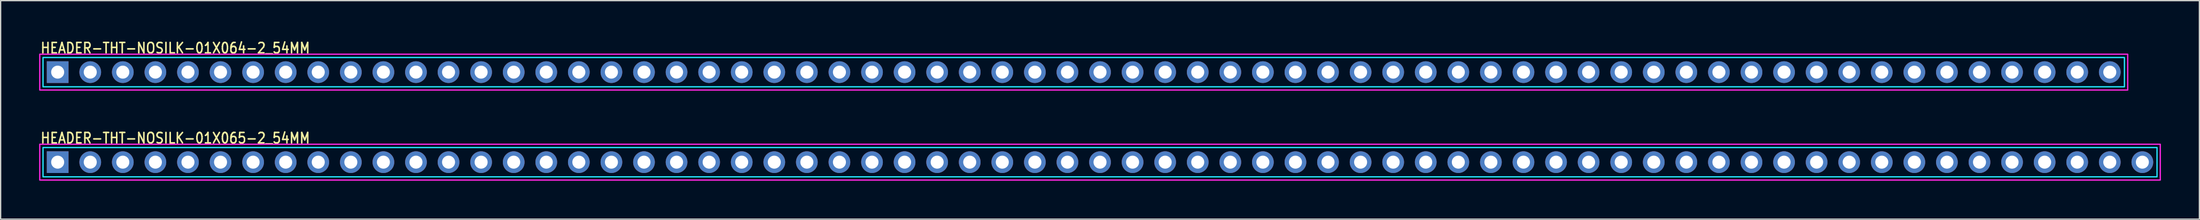
<source format=kicad_pcb>
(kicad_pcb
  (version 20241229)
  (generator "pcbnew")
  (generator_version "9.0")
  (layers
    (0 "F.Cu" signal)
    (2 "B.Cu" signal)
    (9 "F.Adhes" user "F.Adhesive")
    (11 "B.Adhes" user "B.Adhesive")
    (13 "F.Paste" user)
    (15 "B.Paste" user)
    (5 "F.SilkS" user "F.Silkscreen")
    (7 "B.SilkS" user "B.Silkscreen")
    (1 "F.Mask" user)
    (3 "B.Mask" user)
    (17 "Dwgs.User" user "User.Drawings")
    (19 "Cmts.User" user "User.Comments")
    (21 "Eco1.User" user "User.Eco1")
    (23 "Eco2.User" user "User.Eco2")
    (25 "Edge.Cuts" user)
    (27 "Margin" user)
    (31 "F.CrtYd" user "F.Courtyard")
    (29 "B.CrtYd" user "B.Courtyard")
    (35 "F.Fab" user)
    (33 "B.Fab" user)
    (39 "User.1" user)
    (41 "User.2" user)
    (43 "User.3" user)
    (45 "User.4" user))
  (footprint "HEADER-THT-NOSILK-01X065-2_54MM"
    (layer "F.Cu")
    (at 1.447 9.604)
    (property "Reference" "HEADER-THT-NOSILK-01X065-2_54MM" (at -1.4 -1.4 0) (unlocked yes) (layer "F.SilkS") (effects (font (size 0.813 0.695) (thickness 0.122)) (justify left bottom)))
    (fp_poly (pts (xy -1.143 -1.143) (xy 163.703 -1.143) (xy 163.703 1.143) (xy -1.143 1.143)) (stroke (width 0.1) (type solid)) (fill no) (layer "B.CrtYd"))
    (fp_poly (pts (xy -1.397 -1.397) (xy 163.957 -1.397) (xy 163.957 1.397) (xy -1.397 1.397)) (stroke (width 0.1) (type solid)) (fill no) (layer "F.CrtYd"))
    (pad "1" thru_hole rect (at 0 0) (size 1.693 1.693) (drill 1.016) (layers "*.Cu" "*.Mask"))
    (pad "2" thru_hole oval (at 2.54 0) (size 1.693 1.693) (drill 1.016) (layers "*.Cu" "*.Mask"))
    (pad "3" thru_hole oval (at 5.08 0) (size 1.693 1.693) (drill 1.016) (layers "*.Cu" "*.Mask"))
    (pad "4" thru_hole oval (at 7.62 0) (size 1.693 1.693) (drill 1.016) (layers "*.Cu" "*.Mask"))
    (pad "5" thru_hole oval (at 10.16 0) (size 1.693 1.693) (drill 1.016) (layers "*.Cu" "*.Mask"))
    (pad "6" thru_hole oval (at 12.7 0) (size 1.693 1.693) (drill 1.016) (layers "*.Cu" "*.Mask"))
    (pad "7" thru_hole oval (at 15.24 0) (size 1.693 1.693) (drill 1.016) (layers "*.Cu" "*.Mask"))
    (pad "8" thru_hole oval (at 17.78 0) (size 1.693 1.693) (drill 1.016) (layers "*.Cu" "*.Mask"))
    (pad "9" thru_hole oval (at 20.32 0) (size 1.693 1.693) (drill 1.016) (layers "*.Cu" "*.Mask"))
    (pad "10" thru_hole oval (at 22.86 0) (size 1.693 1.693) (drill 1.016) (layers "*.Cu" "*.Mask"))
    (pad "11" thru_hole oval (at 25.4 0) (size 1.693 1.693) (drill 1.016) (layers "*.Cu" "*.Mask"))
    (pad "12" thru_hole oval (at 27.94 0) (size 1.693 1.693) (drill 1.016) (layers "*.Cu" "*.Mask"))
    (pad "13" thru_hole oval (at 30.48 0) (size 1.693 1.693) (drill 1.016) (layers "*.Cu" "*.Mask"))
    (pad "14" thru_hole oval (at 33.02 0) (size 1.693 1.693) (drill 1.016) (layers "*.Cu" "*.Mask"))
    (pad "15" thru_hole oval (at 35.56 0) (size 1.693 1.693) (drill 1.016) (layers "*.Cu" "*.Mask"))
    (pad "16" thru_hole oval (at 38.1 0) (size 1.693 1.693) (drill 1.016) (layers "*.Cu" "*.Mask"))
    (pad "17" thru_hole oval (at 40.64 0) (size 1.693 1.693) (drill 1.016) (layers "*.Cu" "*.Mask"))
    (pad "18" thru_hole oval (at 43.18 0) (size 1.693 1.693) (drill 1.016) (layers "*.Cu" "*.Mask"))
    (pad "19" thru_hole oval (at 45.72 0) (size 1.693 1.693) (drill 1.016) (layers "*.Cu" "*.Mask"))
    (pad "20" thru_hole oval (at 48.26 0) (size 1.693 1.693) (drill 1.016) (layers "*.Cu" "*.Mask"))
    (pad "21" thru_hole oval (at 50.8 0) (size 1.693 1.693) (drill 1.016) (layers "*.Cu" "*.Mask"))
    (pad "22" thru_hole oval (at 53.34 0) (size 1.693 1.693) (drill 1.016) (layers "*.Cu" "*.Mask"))
    (pad "23" thru_hole oval (at 55.88 0) (size 1.693 1.693) (drill 1.016) (layers "*.Cu" "*.Mask"))
    (pad "24" thru_hole oval (at 58.42 0) (size 1.693 1.693) (drill 1.016) (layers "*.Cu" "*.Mask"))
    (pad "25" thru_hole oval (at 60.96 0) (size 1.693 1.693) (drill 1.016) (layers "*.Cu" "*.Mask"))
    (pad "26" thru_hole oval (at 63.5 0) (size 1.693 1.693) (drill 1.016) (layers "*.Cu" "*.Mask"))
    (pad "27" thru_hole oval (at 66.04 0) (size 1.693 1.693) (drill 1.016) (layers "*.Cu" "*.Mask"))
    (pad "28" thru_hole oval (at 68.58 0) (size 1.693 1.693) (drill 1.016) (layers "*.Cu" "*.Mask"))
    (pad "29" thru_hole oval (at 71.12 0) (size 1.693 1.693) (drill 1.016) (layers "*.Cu" "*.Mask"))
    (pad "30" thru_hole oval (at 73.66 0) (size 1.693 1.693) (drill 1.016) (layers "*.Cu" "*.Mask"))
    (pad "31" thru_hole oval (at 76.2 0) (size 1.693 1.693) (drill 1.016) (layers "*.Cu" "*.Mask"))
    (pad "32" thru_hole oval (at 78.74 0) (size 1.693 1.693) (drill 1.016) (layers "*.Cu" "*.Mask"))
    (pad "33" thru_hole oval (at 81.28 0) (size 1.693 1.693) (drill 1.016) (layers "*.Cu" "*.Mask"))
    (pad "34" thru_hole oval (at 83.82 0) (size 1.693 1.693) (drill 1.016) (layers "*.Cu" "*.Mask"))
    (pad "35" thru_hole oval (at 86.36 0) (size 1.693 1.693) (drill 1.016) (layers "*.Cu" "*.Mask"))
    (pad "36" thru_hole oval (at 88.9 0) (size 1.693 1.693) (drill 1.016) (layers "*.Cu" "*.Mask"))
    (pad "37" thru_hole oval (at 91.44 0) (size 1.693 1.693) (drill 1.016) (layers "*.Cu" "*.Mask"))
    (pad "38" thru_hole oval (at 93.98 0) (size 1.693 1.693) (drill 1.016) (layers "*.Cu" "*.Mask"))
    (pad "39" thru_hole oval (at 96.52 0) (size 1.693 1.693) (drill 1.016) (layers "*.Cu" "*.Mask"))
    (pad "40" thru_hole oval (at 99.06 0) (size 1.693 1.693) (drill 1.016) (layers "*.Cu" "*.Mask"))
    (pad "41" thru_hole oval (at 101.6 0) (size 1.693 1.693) (drill 1.016) (layers "*.Cu" "*.Mask"))
    (pad "42" thru_hole oval (at 104.14 0) (size 1.693 1.693) (drill 1.016) (layers "*.Cu" "*.Mask"))
    (pad "43" thru_hole oval (at 106.68 0) (size 1.693 1.693) (drill 1.016) (layers "*.Cu" "*.Mask"))
    (pad "44" thru_hole oval (at 109.22 0) (size 1.693 1.693) (drill 1.016) (layers "*.Cu" "*.Mask"))
    (pad "45" thru_hole oval (at 111.76 0) (size 1.693 1.693) (drill 1.016) (layers "*.Cu" "*.Mask"))
    (pad "46" thru_hole oval (at 114.3 0) (size 1.693 1.693) (drill 1.016) (layers "*.Cu" "*.Mask"))
    (pad "47" thru_hole oval (at 116.84 0) (size 1.693 1.693) (drill 1.016) (layers "*.Cu" "*.Mask"))
    (pad "48" thru_hole oval (at 119.38 0) (size 1.693 1.693) (drill 1.016) (layers "*.Cu" "*.Mask"))
    (pad "49" thru_hole oval (at 121.92 0) (size 1.693 1.693) (drill 1.016) (layers "*.Cu" "*.Mask"))
    (pad "50" thru_hole oval (at 124.46 0) (size 1.693 1.693) (drill 1.016) (layers "*.Cu" "*.Mask"))
    (pad "51" thru_hole oval (at 127 0) (size 1.693 1.693) (drill 1.016) (layers "*.Cu" "*.Mask"))
    (pad "52" thru_hole oval (at 129.54 0) (size 1.693 1.693) (drill 1.016) (layers "*.Cu" "*.Mask"))
    (pad "53" thru_hole oval (at 132.08 0) (size 1.693 1.693) (drill 1.016) (layers "*.Cu" "*.Mask"))
    (pad "54" thru_hole oval (at 134.62 0) (size 1.693 1.693) (drill 1.016) (layers "*.Cu" "*.Mask"))
    (pad "55" thru_hole oval (at 137.16 0) (size 1.693 1.693) (drill 1.016) (layers "*.Cu" "*.Mask"))
    (pad "56" thru_hole oval (at 139.7 0) (size 1.693 1.693) (drill 1.016) (layers "*.Cu" "*.Mask"))
    (pad "57" thru_hole oval (at 142.24 0) (size 1.693 1.693) (drill 1.016) (layers "*.Cu" "*.Mask"))
    (pad "58" thru_hole oval (at 144.78 0) (size 1.693 1.693) (drill 1.016) (layers "*.Cu" "*.Mask"))
    (pad "59" thru_hole oval (at 147.32 0) (size 1.693 1.693) (drill 1.016) (layers "*.Cu" "*.Mask"))
    (pad "60" thru_hole oval (at 149.86 0) (size 1.693 1.693) (drill 1.016) (layers "*.Cu" "*.Mask"))
    (pad "61" thru_hole oval (at 152.4 0) (size 1.693 1.693) (drill 1.016) (layers "*.Cu" "*.Mask"))
    (pad "62" thru_hole oval (at 154.94 0) (size 1.693 1.693) (drill 1.016) (layers "*.Cu" "*.Mask"))
    (pad "63" thru_hole oval (at 157.48 0) (size 1.693 1.693) (drill 1.016) (layers "*.Cu" "*.Mask"))
    (pad "64" thru_hole oval (at 160.02 0) (size 1.693 1.693) (drill 1.016) (layers "*.Cu" "*.Mask"))
    (pad "65" thru_hole oval (at 162.56 0) (size 1.693 1.693) (drill 1.016) (layers "*.Cu" "*.Mask")))
  (footprint "HEADER-THT-NOSILK-01X064-2_54MM"
    (layer "F.Cu")
    (at 1.447 2.579)
    (property "Reference" "HEADER-THT-NOSILK-01X064-2_54MM" (at -1.4 -1.4 0) (unlocked yes) (layer "F.SilkS") (effects (font (size 0.813 0.695) (thickness 0.122)) (justify left bottom)))
    (fp_poly (pts (xy -1.143 -1.143) (xy 161.163 -1.143) (xy 161.163 1.143) (xy -1.143 1.143)) (stroke (width 0.1) (type solid)) (fill no) (layer "B.CrtYd"))
    (fp_poly (pts (xy -1.397 -1.397) (xy 161.417 -1.397) (xy 161.417 1.397) (xy -1.397 1.397)) (stroke (width 0.1) (type solid)) (fill no) (layer "F.CrtYd"))
    (pad "1" thru_hole rect (at 0 0) (size 1.693 1.693) (drill 1.016) (layers "*.Cu" "*.Mask"))
    (pad "2" thru_hole oval (at 2.54 0) (size 1.693 1.693) (drill 1.016) (layers "*.Cu" "*.Mask"))
    (pad "3" thru_hole oval (at 5.08 0) (size 1.693 1.693) (drill 1.016) (layers "*.Cu" "*.Mask"))
    (pad "4" thru_hole oval (at 7.62 0) (size 1.693 1.693) (drill 1.016) (layers "*.Cu" "*.Mask"))
    (pad "5" thru_hole oval (at 10.16 0) (size 1.693 1.693) (drill 1.016) (layers "*.Cu" "*.Mask"))
    (pad "6" thru_hole oval (at 12.7 0) (size 1.693 1.693) (drill 1.016) (layers "*.Cu" "*.Mask"))
    (pad "7" thru_hole oval (at 15.24 0) (size 1.693 1.693) (drill 1.016) (layers "*.Cu" "*.Mask"))
    (pad "8" thru_hole oval (at 17.78 0) (size 1.693 1.693) (drill 1.016) (layers "*.Cu" "*.Mask"))
    (pad "9" thru_hole oval (at 20.32 0) (size 1.693 1.693) (drill 1.016) (layers "*.Cu" "*.Mask"))
    (pad "10" thru_hole oval (at 22.86 0) (size 1.693 1.693) (drill 1.016) (layers "*.Cu" "*.Mask"))
    (pad "11" thru_hole oval (at 25.4 0) (size 1.693 1.693) (drill 1.016) (layers "*.Cu" "*.Mask"))
    (pad "12" thru_hole oval (at 27.94 0) (size 1.693 1.693) (drill 1.016) (layers "*.Cu" "*.Mask"))
    (pad "13" thru_hole oval (at 30.48 0) (size 1.693 1.693) (drill 1.016) (layers "*.Cu" "*.Mask"))
    (pad "14" thru_hole oval (at 33.02 0) (size 1.693 1.693) (drill 1.016) (layers "*.Cu" "*.Mask"))
    (pad "15" thru_hole oval (at 35.56 0) (size 1.693 1.693) (drill 1.016) (layers "*.Cu" "*.Mask"))
    (pad "16" thru_hole oval (at 38.1 0) (size 1.693 1.693) (drill 1.016) (layers "*.Cu" "*.Mask"))
    (pad "17" thru_hole oval (at 40.64 0) (size 1.693 1.693) (drill 1.016) (layers "*.Cu" "*.Mask"))
    (pad "18" thru_hole oval (at 43.18 0) (size 1.693 1.693) (drill 1.016) (layers "*.Cu" "*.Mask"))
    (pad "19" thru_hole oval (at 45.72 0) (size 1.693 1.693) (drill 1.016) (layers "*.Cu" "*.Mask"))
    (pad "20" thru_hole oval (at 48.26 0) (size 1.693 1.693) (drill 1.016) (layers "*.Cu" "*.Mask"))
    (pad "21" thru_hole oval (at 50.8 0) (size 1.693 1.693) (drill 1.016) (layers "*.Cu" "*.Mask"))
    (pad "22" thru_hole oval (at 53.34 0) (size 1.693 1.693) (drill 1.016) (layers "*.Cu" "*.Mask"))
    (pad "23" thru_hole oval (at 55.88 0) (size 1.693 1.693) (drill 1.016) (layers "*.Cu" "*.Mask"))
    (pad "24" thru_hole oval (at 58.42 0) (size 1.693 1.693) (drill 1.016) (layers "*.Cu" "*.Mask"))
    (pad "25" thru_hole oval (at 60.96 0) (size 1.693 1.693) (drill 1.016) (layers "*.Cu" "*.Mask"))
    (pad "26" thru_hole oval (at 63.5 0) (size 1.693 1.693) (drill 1.016) (layers "*.Cu" "*.Mask"))
    (pad "27" thru_hole oval (at 66.04 0) (size 1.693 1.693) (drill 1.016) (layers "*.Cu" "*.Mask"))
    (pad "28" thru_hole oval (at 68.58 0) (size 1.693 1.693) (drill 1.016) (layers "*.Cu" "*.Mask"))
    (pad "29" thru_hole oval (at 71.12 0) (size 1.693 1.693) (drill 1.016) (layers "*.Cu" "*.Mask"))
    (pad "30" thru_hole oval (at 73.66 0) (size 1.693 1.693) (drill 1.016) (layers "*.Cu" "*.Mask"))
    (pad "31" thru_hole oval (at 76.2 0) (size 1.693 1.693) (drill 1.016) (layers "*.Cu" "*.Mask"))
    (pad "32" thru_hole oval (at 78.74 0) (size 1.693 1.693) (drill 1.016) (layers "*.Cu" "*.Mask"))
    (pad "33" thru_hole oval (at 81.28 0) (size 1.693 1.693) (drill 1.016) (layers "*.Cu" "*.Mask"))
    (pad "34" thru_hole oval (at 83.82 0) (size 1.693 1.693) (drill 1.016) (layers "*.Cu" "*.Mask"))
    (pad "35" thru_hole oval (at 86.36 0) (size 1.693 1.693) (drill 1.016) (layers "*.Cu" "*.Mask"))
    (pad "36" thru_hole oval (at 88.9 0) (size 1.693 1.693) (drill 1.016) (layers "*.Cu" "*.Mask"))
    (pad "37" thru_hole oval (at 91.44 0) (size 1.693 1.693) (drill 1.016) (layers "*.Cu" "*.Mask"))
    (pad "38" thru_hole oval (at 93.98 0) (size 1.693 1.693) (drill 1.016) (layers "*.Cu" "*.Mask"))
    (pad "39" thru_hole oval (at 96.52 0) (size 1.693 1.693) (drill 1.016) (layers "*.Cu" "*.Mask"))
    (pad "40" thru_hole oval (at 99.06 0) (size 1.693 1.693) (drill 1.016) (layers "*.Cu" "*.Mask"))
    (pad "41" thru_hole oval (at 101.6 0) (size 1.693 1.693) (drill 1.016) (layers "*.Cu" "*.Mask"))
    (pad "42" thru_hole oval (at 104.14 0) (size 1.693 1.693) (drill 1.016) (layers "*.Cu" "*.Mask"))
    (pad "43" thru_hole oval (at 106.68 0) (size 1.693 1.693) (drill 1.016) (layers "*.Cu" "*.Mask"))
    (pad "44" thru_hole oval (at 109.22 0) (size 1.693 1.693) (drill 1.016) (layers "*.Cu" "*.Mask"))
    (pad "45" thru_hole oval (at 111.76 0) (size 1.693 1.693) (drill 1.016) (layers "*.Cu" "*.Mask"))
    (pad "46" thru_hole oval (at 114.3 0) (size 1.693 1.693) (drill 1.016) (layers "*.Cu" "*.Mask"))
    (pad "47" thru_hole oval (at 116.84 0) (size 1.693 1.693) (drill 1.016) (layers "*.Cu" "*.Mask"))
    (pad "48" thru_hole oval (at 119.38 0) (size 1.693 1.693) (drill 1.016) (layers "*.Cu" "*.Mask"))
    (pad "49" thru_hole oval (at 121.92 0) (size 1.693 1.693) (drill 1.016) (layers "*.Cu" "*.Mask"))
    (pad "50" thru_hole oval (at 124.46 0) (size 1.693 1.693) (drill 1.016) (layers "*.Cu" "*.Mask"))
    (pad "51" thru_hole oval (at 127 0) (size 1.693 1.693) (drill 1.016) (layers "*.Cu" "*.Mask"))
    (pad "52" thru_hole oval (at 129.54 0) (size 1.693 1.693) (drill 1.016) (layers "*.Cu" "*.Mask"))
    (pad "53" thru_hole oval (at 132.08 0) (size 1.693 1.693) (drill 1.016) (layers "*.Cu" "*.Mask"))
    (pad "54" thru_hole oval (at 134.62 0) (size 1.693 1.693) (drill 1.016) (layers "*.Cu" "*.Mask"))
    (pad "55" thru_hole oval (at 137.16 0) (size 1.693 1.693) (drill 1.016) (layers "*.Cu" "*.Mask"))
    (pad "56" thru_hole oval (at 139.7 0) (size 1.693 1.693) (drill 1.016) (layers "*.Cu" "*.Mask"))
    (pad "57" thru_hole oval (at 142.24 0) (size 1.693 1.693) (drill 1.016) (layers "*.Cu" "*.Mask"))
    (pad "58" thru_hole oval (at 144.78 0) (size 1.693 1.693) (drill 1.016) (layers "*.Cu" "*.Mask"))
    (pad "59" thru_hole oval (at 147.32 0) (size 1.693 1.693) (drill 1.016) (layers "*.Cu" "*.Mask"))
    (pad "60" thru_hole oval (at 149.86 0) (size 1.693 1.693) (drill 1.016) (layers "*.Cu" "*.Mask"))
    (pad "61" thru_hole oval (at 152.4 0) (size 1.693 1.693) (drill 1.016) (layers "*.Cu" "*.Mask"))
    (pad "62" thru_hole oval (at 154.94 0) (size 1.693 1.693) (drill 1.016) (layers "*.Cu" "*.Mask"))
    (pad "63" thru_hole oval (at 157.48 0) (size 1.693 1.693) (drill 1.016) (layers "*.Cu" "*.Mask"))
    (pad "64" thru_hole oval (at 160.02 0) (size 1.693 1.693) (drill 1.016) (layers "*.Cu" "*.Mask")))
  (gr_rect
    (start -3 -3)
    (end 168.454 14.051)
    (stroke (width 0.1) (type default))
    (fill no)
    (layer "Edge.Cuts")))
</source>
